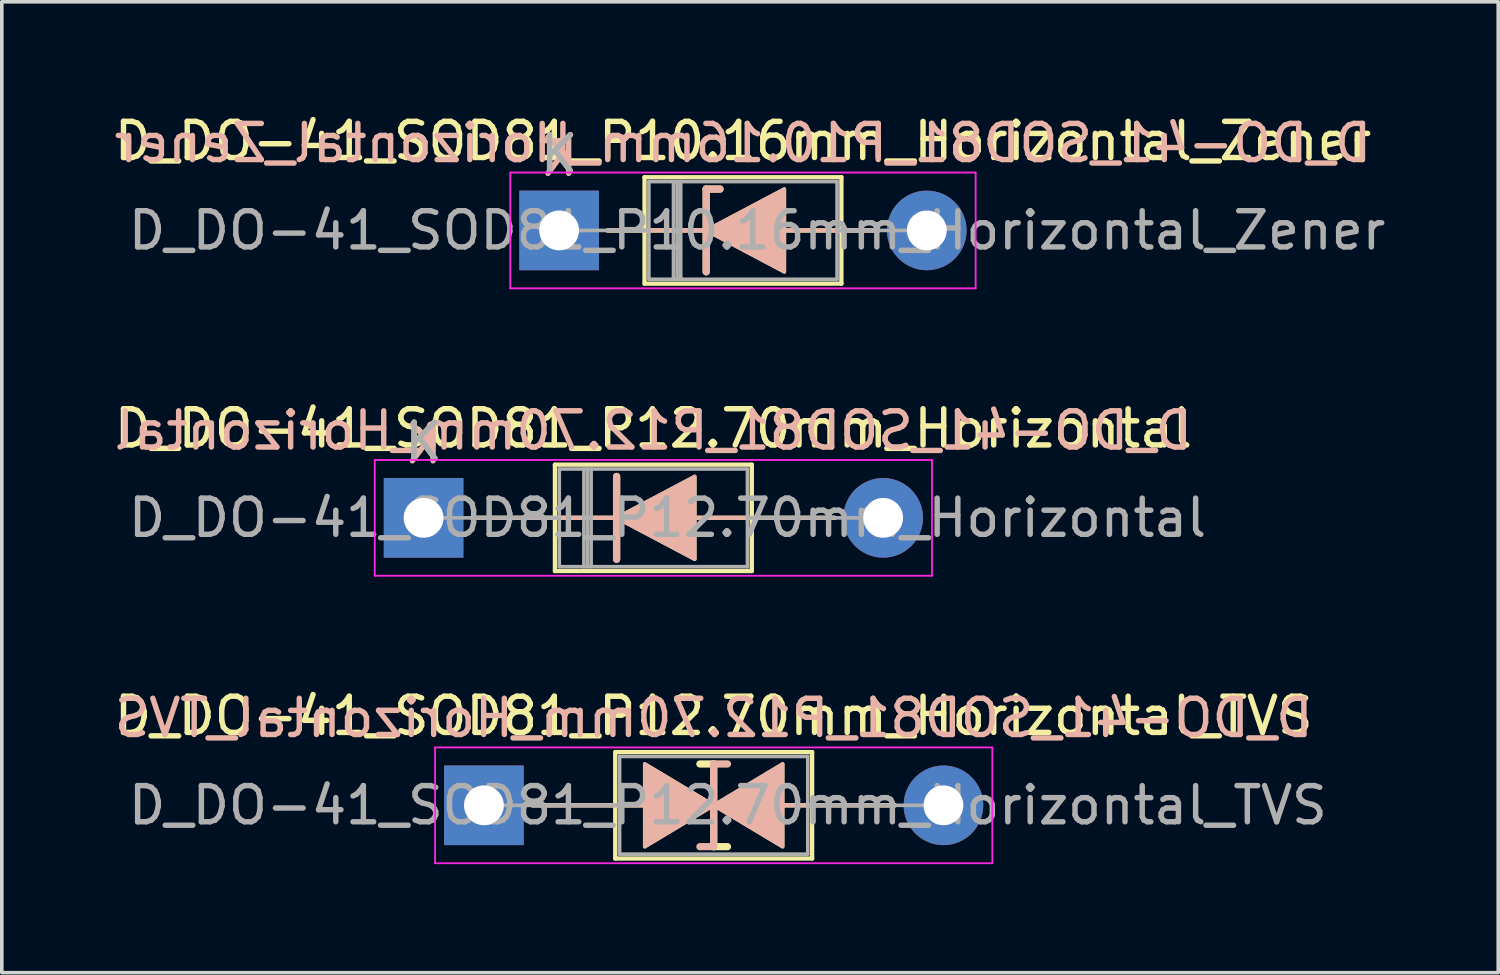
<source format=kicad_pcb>
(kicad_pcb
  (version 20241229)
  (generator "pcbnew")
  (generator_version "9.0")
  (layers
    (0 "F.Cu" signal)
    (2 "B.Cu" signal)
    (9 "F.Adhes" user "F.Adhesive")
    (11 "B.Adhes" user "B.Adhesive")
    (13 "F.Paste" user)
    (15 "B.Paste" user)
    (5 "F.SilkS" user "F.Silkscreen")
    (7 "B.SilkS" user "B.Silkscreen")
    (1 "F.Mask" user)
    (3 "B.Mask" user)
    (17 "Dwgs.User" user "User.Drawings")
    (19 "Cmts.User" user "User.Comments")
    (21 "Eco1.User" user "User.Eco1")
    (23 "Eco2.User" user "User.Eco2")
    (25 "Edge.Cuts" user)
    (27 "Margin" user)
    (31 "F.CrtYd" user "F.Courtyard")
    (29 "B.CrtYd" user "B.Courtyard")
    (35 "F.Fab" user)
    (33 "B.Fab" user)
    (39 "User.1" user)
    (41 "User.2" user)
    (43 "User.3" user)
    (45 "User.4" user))
  (footprint "D_DO-41_SOD81_P12.70mm_Horizontal"
    (layer "F.Cu")
    (at 8.656 11.261)
    (property "Reference" "D_DO-41_SOD81_P12.70mm_Horizontal" (at 6.35 -2.47 0) (layer "F.SilkS") (effects (font (size 1 1) (thickness 0.15))))
    (fp_line (start 1.34 0) (end 3.63 0) (stroke (width 0.12) (type solid)) (layer "F.SilkS"))
    (fp_line (start 3.63 -1.47) (end 3.63 1.47) (stroke (width 0.12) (type solid)) (layer "F.SilkS"))
    (fp_line (start 3.63 1.47) (end 9.07 1.47) (stroke (width 0.12) (type solid)) (layer "F.SilkS"))
    (fp_line (start 5.334 -1.143) (end 5.334 1.143) (stroke (width 0.2) (type solid)) (layer "F.SilkS"))
    (fp_line (start 5.334 0) (end 3.63 0) (stroke (width 0.12) (type solid)) (layer "F.SilkS"))
    (fp_line (start 7.493 0) (end 9.07 0) (stroke (width 0.12) (type solid)) (layer "F.SilkS"))
    (fp_line (start 9.07 -1.47) (end 3.63 -1.47) (stroke (width 0.12) (type solid)) (layer "F.SilkS"))
    (fp_line (start 9.07 1.47) (end 9.07 -1.47) (stroke (width 0.12) (type solid)) (layer "F.SilkS"))
    (fp_line (start 11.36 0) (end 9.07 0) (stroke (width 0.12) (type solid)) (layer "F.SilkS"))
    (fp_poly (pts (xy 7.493 1.143) (xy 5.334 0) (xy 7.493 -1.143)) (stroke (width 0.1) (type solid)) (fill yes) (layer "F.SilkS"))
    (fp_line (start 1.34 0) (end 3.63 0) (stroke (width 0.12) (type solid)) (layer "B.SilkS"))
    (fp_line (start 5.334 0) (end 3.63 0) (stroke (width 0.12) (type solid)) (layer "B.SilkS"))
    (fp_line (start 5.334 1.143) (end 5.334 -1.143) (stroke (width 0.2) (type solid)) (layer "B.SilkS"))
    (fp_line (start 7.493 0) (end 9.07 0) (stroke (width 0.12) (type solid)) (layer "B.SilkS"))
    (fp_line (start 11.36 0) (end 9.07 0) (stroke (width 0.12) (type solid)) (layer "B.SilkS"))
    (fp_poly (pts (xy 7.493 -1.143) (xy 5.334 0) (xy 7.493 1.143)) (stroke (width 0.1) (type solid)) (fill yes) (layer "B.SilkS"))
    (fp_line (start -1.35 -1.6) (end -1.35 1.6) (stroke (width 0.05) (type solid)) (layer "F.CrtYd"))
    (fp_line (start -1.35 1.6) (end 14.05 1.6) (stroke (width 0.05) (type solid)) (layer "F.CrtYd"))
    (fp_line (start 14.05 -1.6) (end -1.35 -1.6) (stroke (width 0.05) (type solid)) (layer "F.CrtYd"))
    (fp_line (start 14.05 1.6) (end 14.05 -1.6) (stroke (width 0.05) (type solid)) (layer "F.CrtYd"))
    (fp_line (start 0 0) (end 3.75 0) (stroke (width 0.1) (type solid)) (layer "F.Fab"))
    (fp_line (start 3.75 -1.35) (end 3.75 1.35) (stroke (width 0.1) (type solid)) (layer "F.Fab"))
    (fp_line (start 3.75 1.35) (end 8.95 1.35) (stroke (width 0.1) (type solid)) (layer "F.Fab"))
    (fp_line (start 4.43 -1.35) (end 4.43 1.35) (stroke (width 0.1) (type solid)) (layer "F.Fab"))
    (fp_line (start 4.53 -1.35) (end 4.53 1.35) (stroke (width 0.1) (type solid)) (layer "F.Fab"))
    (fp_line (start 4.63 -1.35) (end 4.63 1.35) (stroke (width 0.1) (type solid)) (layer "F.Fab"))
    (fp_line (start 8.95 -1.35) (end 3.75 -1.35) (stroke (width 0.1) (type solid)) (layer "F.Fab"))
    (fp_line (start 8.95 1.35) (end 8.95 -1.35) (stroke (width 0.1) (type solid)) (layer "F.Fab"))
    (fp_line (start 12.7 0) (end 8.95 0) (stroke (width 0.1) (type solid)) (layer "F.Fab"))
    (fp_text user "K" (at 0 -2.1 0) (layer "F.SilkS") (effects (font (size 1 1) (thickness 0.15))))
    (fp_text user "${REFERENCE}" (at 6.35 -2.413 0) (layer "B.SilkS") (effects (font (size 1 1) (thickness 0.15)) (justify mirror)))
    (fp_text user "K" (at 0 -2.032 0) (layer "B.SilkS") (effects (font (size 1 1) (thickness 0.15)) (justify mirror)))
    (fp_text user "${REFERENCE}" (at 6.74 0 0) (layer "F.Fab") (effects (font (size 1 1) (thickness 0.15))))
    (fp_text user "K" (at 0 -2.1 0) (layer "F.Fab") (effects (font (size 1 1) (thickness 0.15))))
    (pad "1" thru_hole rect (at 0 0) (size 2.2 2.2) (drill 1.1) (layers "*.Cu" "*.Mask"))
    (pad "2" thru_hole oval (at 12.7 0) (size 2.2 2.2) (drill 1.1) (layers "*.Cu" "*.Mask")))
  (footprint "D_DO-41_SOD81_P12.70mm_Horizontal_TVS"
    (layer "F.Cu")
    (at 10.323 19.205)
    (property "Reference" "D_DO-41_SOD81_P12.70mm_Horizontal_TVS" (at 6.35 -2.47 0) (layer "F.SilkS") (effects (font (size 1 1) (thickness 0.15))))
    (fp_line (start 1.34 0) (end 3.63 0) (stroke (width 0.12) (type solid)) (layer "F.SilkS"))
    (fp_line (start 3.63 -1.47) (end 3.63 1.47) (stroke (width 0.12) (type solid)) (layer "F.SilkS"))
    (fp_line (start 3.63 0) (end 4.445 0) (stroke (width 0.12) (type solid)) (layer "F.SilkS"))
    (fp_line (start 3.63 1.47) (end 9.07 1.47) (stroke (width 0.12) (type solid)) (layer "F.SilkS"))
    (fp_line (start 6.35 -1.143) (end 5.969 -1.143) (stroke (width 0.2) (type solid)) (layer "F.SilkS"))
    (fp_line (start 6.35 1.143) (end 6.35 -1.143) (stroke (width 0.2) (type solid)) (layer "F.SilkS"))
    (fp_line (start 6.731 1.143) (end 6.35 1.143) (stroke (width 0.2) (type solid)) (layer "F.SilkS"))
    (fp_line (start 8.255 0) (end 9.07 0) (stroke (width 0.12) (type solid)) (layer "F.SilkS"))
    (fp_line (start 9.07 -1.47) (end 3.63 -1.47) (stroke (width 0.12) (type solid)) (layer "F.SilkS"))
    (fp_line (start 9.07 1.47) (end 9.07 -1.47) (stroke (width 0.12) (type solid)) (layer "F.SilkS"))
    (fp_line (start 11.36 0) (end 9.07 0) (stroke (width 0.12) (type solid)) (layer "F.SilkS"))
    (fp_poly (pts (xy 6.35 0) (xy 4.445 1.143) (xy 4.445 -1.143)) (stroke (width 0.1) (type solid)) (fill yes) (layer "F.SilkS"))
    (fp_poly (pts (xy 6.35 0) (xy 8.255 -1.143) (xy 8.255 1.143)) (stroke (width 0.1) (type solid)) (fill yes) (layer "F.SilkS"))
    (fp_line (start 1.34 0) (end 3.63 0) (stroke (width 0.12) (type solid)) (layer "B.SilkS"))
    (fp_line (start 3.63 0) (end 4.445 0) (stroke (width 0.12) (type solid)) (layer "B.SilkS"))
    (fp_line (start 6.35 -1.143) (end 6.35 1.143) (stroke (width 0.2) (type solid)) (layer "B.SilkS"))
    (fp_line (start 6.35 1.143) (end 5.969 1.143) (stroke (width 0.2) (type solid)) (layer "B.SilkS"))
    (fp_line (start 6.731 -1.143) (end 6.35 -1.143) (stroke (width 0.2) (type solid)) (layer "B.SilkS"))
    (fp_line (start 8.255 0) (end 9.07 0) (stroke (width 0.12) (type solid)) (layer "B.SilkS"))
    (fp_line (start 11.36 0) (end 9.07 0) (stroke (width 0.12) (type solid)) (layer "B.SilkS"))
    (fp_poly (pts (xy 6.35 0) (xy 4.445 -1.143) (xy 4.445 1.143)) (stroke (width 0.1) (type solid)) (fill yes) (layer "B.SilkS"))
    (fp_poly (pts (xy 6.35 0) (xy 8.255 1.143) (xy 8.255 -1.143)) (stroke (width 0.1) (type solid)) (fill yes) (layer "B.SilkS"))
    (fp_line (start -1.35 -1.6) (end -1.35 1.6) (stroke (width 0.05) (type solid)) (layer "F.CrtYd"))
    (fp_line (start -1.35 1.6) (end 14.05 1.6) (stroke (width 0.05) (type solid)) (layer "F.CrtYd"))
    (fp_line (start 14.05 -1.6) (end -1.35 -1.6) (stroke (width 0.05) (type solid)) (layer "F.CrtYd"))
    (fp_line (start 14.05 1.6) (end 14.05 -1.6) (stroke (width 0.05) (type solid)) (layer "F.CrtYd"))
    (fp_line (start 0 0) (end 3.75 0) (stroke (width 0.1) (type solid)) (layer "F.Fab"))
    (fp_line (start 3.75 -1.35) (end 3.75 1.35) (stroke (width 0.1) (type solid)) (layer "F.Fab"))
    (fp_line (start 3.75 1.35) (end 8.95 1.35) (stroke (width 0.1) (type solid)) (layer "F.Fab"))
    (fp_line (start 8.95 -1.35) (end 3.75 -1.35) (stroke (width 0.1) (type solid)) (layer "F.Fab"))
    (fp_line (start 8.95 1.35) (end 8.95 -1.35) (stroke (width 0.1) (type solid)) (layer "F.Fab"))
    (fp_line (start 12.7 0) (end 8.95 0) (stroke (width 0.1) (type solid)) (layer "F.Fab"))
    (fp_text user "${REFERENCE}" (at 6.35 -2.413 0) (layer "B.SilkS") (effects (font (size 1 1) (thickness 0.15)) (justify mirror)))
    (fp_text user "${REFERENCE}" (at 6.74 0 0) (layer "F.Fab") (effects (font (size 1 1) (thickness 0.15))))
    (pad "1" thru_hole rect (at 0 0) (size 2.2 2.2) (drill 1.1) (layers "*.Cu" "*.Mask"))
    (pad "2" thru_hole oval (at 12.7 0) (size 2.2 2.2) (drill 1.1) (layers "*.Cu" "*.Mask")))
  (footprint "D_DO-41_SOD81_P10.16mm_Horizontal_Zener"
    (layer "F.Cu")
    (at 12.402 3.318)
    (property "Reference" "D_DO-41_SOD81_P10.16mm_Horizontal_Zener" (at 5.08 -2.47 0) (layer "F.SilkS") (effects (font (size 1 1) (thickness 0.15))))
    (fp_line (start 1.34 0) (end 2.36 0) (stroke (width 0.12) (type solid)) (layer "F.SilkS"))
    (fp_line (start 2.36 -1.47) (end 2.36 1.47) (stroke (width 0.12) (type solid)) (layer "F.SilkS"))
    (fp_line (start 2.36 1.47) (end 7.8 1.47) (stroke (width 0.12) (type solid)) (layer "F.SilkS"))
    (fp_line (start 4.064 -1.143) (end 4.064 1.143) (stroke (width 0.2) (type solid)) (layer "F.SilkS"))
    (fp_line (start 4.064 -1.143) (end 4.445 -1.143) (stroke (width 0.2) (type solid)) (layer "F.SilkS"))
    (fp_line (start 4.064 0) (end 2.36 0) (stroke (width 0.12) (type solid)) (layer "F.SilkS"))
    (fp_line (start 6.223 0) (end 7.8 0) (stroke (width 0.12) (type solid)) (layer "F.SilkS"))
    (fp_line (start 7.8 -1.47) (end 2.36 -1.47) (stroke (width 0.12) (type solid)) (layer "F.SilkS"))
    (fp_line (start 7.8 1.47) (end 7.8 -1.47) (stroke (width 0.12) (type solid)) (layer "F.SilkS"))
    (fp_line (start 8.82 0) (end 7.8 0) (stroke (width 0.12) (type solid)) (layer "F.SilkS"))
    (fp_poly (pts (xy 6.223 1.143) (xy 4.064 0) (xy 6.223 -1.143)) (stroke (width 0.1) (type solid)) (fill yes) (layer "F.SilkS"))
    (fp_line (start 1.34 0) (end 2.36 0) (stroke (width 0.12) (type solid)) (layer "B.SilkS"))
    (fp_line (start 4.064 -1.143) (end 4.445 -1.143) (stroke (width 0.2) (type solid)) (layer "B.SilkS"))
    (fp_line (start 4.064 0) (end 2.36 0) (stroke (width 0.12) (type solid)) (layer "B.SilkS"))
    (fp_line (start 4.064 1.143) (end 4.064 -1.143) (stroke (width 0.2) (type solid)) (layer "B.SilkS"))
    (fp_line (start 6.223 0) (end 7.8 0) (stroke (width 0.12) (type solid)) (layer "B.SilkS"))
    (fp_line (start 8.82 0) (end 7.8 0) (stroke (width 0.12) (type solid)) (layer "B.SilkS"))
    (fp_poly (pts (xy 6.223 -1.143) (xy 4.064 0) (xy 6.223 1.143)) (stroke (width 0.1) (type solid)) (fill yes) (layer "B.SilkS"))
    (fp_line (start -1.35 -1.6) (end -1.35 1.6) (stroke (width 0.05) (type solid)) (layer "F.CrtYd"))
    (fp_line (start -1.35 1.6) (end 11.51 1.6) (stroke (width 0.05) (type solid)) (layer "F.CrtYd"))
    (fp_line (start 11.51 -1.6) (end -1.35 -1.6) (stroke (width 0.05) (type solid)) (layer "F.CrtYd"))
    (fp_line (start 11.51 1.6) (end 11.51 -1.6) (stroke (width 0.05) (type solid)) (layer "F.CrtYd"))
    (fp_line (start 0 0) (end 2.48 0) (stroke (width 0.1) (type solid)) (layer "F.Fab"))
    (fp_line (start 2.48 -1.35) (end 2.48 1.35) (stroke (width 0.1) (type solid)) (layer "F.Fab"))
    (fp_line (start 2.48 1.35) (end 7.68 1.35) (stroke (width 0.1) (type solid)) (layer "F.Fab"))
    (fp_line (start 3.16 -1.35) (end 3.16 1.35) (stroke (width 0.1) (type solid)) (layer "F.Fab"))
    (fp_line (start 3.26 -1.35) (end 3.26 1.35) (stroke (width 0.1) (type solid)) (layer "F.Fab"))
    (fp_line (start 3.36 -1.35) (end 3.36 1.35) (stroke (width 0.1) (type solid)) (layer "F.Fab"))
    (fp_line (start 7.68 -1.35) (end 2.48 -1.35) (stroke (width 0.1) (type solid)) (layer "F.Fab"))
    (fp_line (start 7.68 1.35) (end 7.68 -1.35) (stroke (width 0.1) (type solid)) (layer "F.Fab"))
    (fp_line (start 10.16 0) (end 7.68 0) (stroke (width 0.1) (type solid)) (layer "F.Fab"))
    (fp_text user "K" (at 0 -2.1 0) (layer "F.SilkS") (effects (font (size 1 1) (thickness 0.15))))
    (fp_text user "K" (at 0 -2.032 0) (layer "B.SilkS") (effects (font (size 1 1) (thickness 0.15)) (justify mirror)))
    (fp_text user "${REFERENCE}" (at 5.08 -2.413 0) (layer "B.SilkS") (effects (font (size 1 1) (thickness 0.15)) (justify mirror)))
    (fp_text user "${REFERENCE}" (at 5.47 0 0) (layer "F.Fab") (effects (font (size 1 1) (thickness 0.15))))
    (fp_text user "K" (at 0 -2.1 0) (layer "F.Fab") (effects (font (size 1 1) (thickness 0.15))))
    (pad "1" thru_hole rect (at 0 0) (size 2.2 2.2) (drill 1.1) (layers "*.Cu" "*.Mask"))
    (pad "2" thru_hole oval (at 10.16 0) (size 2.2 2.2) (drill 1.1) (layers "*.Cu" "*.Mask")))
  (gr_rect
    (start -3 -3)
    (end 38.354 23.83)
    (stroke (width 0.1) (type default))
    (fill no)
    (layer "Edge.Cuts")))
</source>
